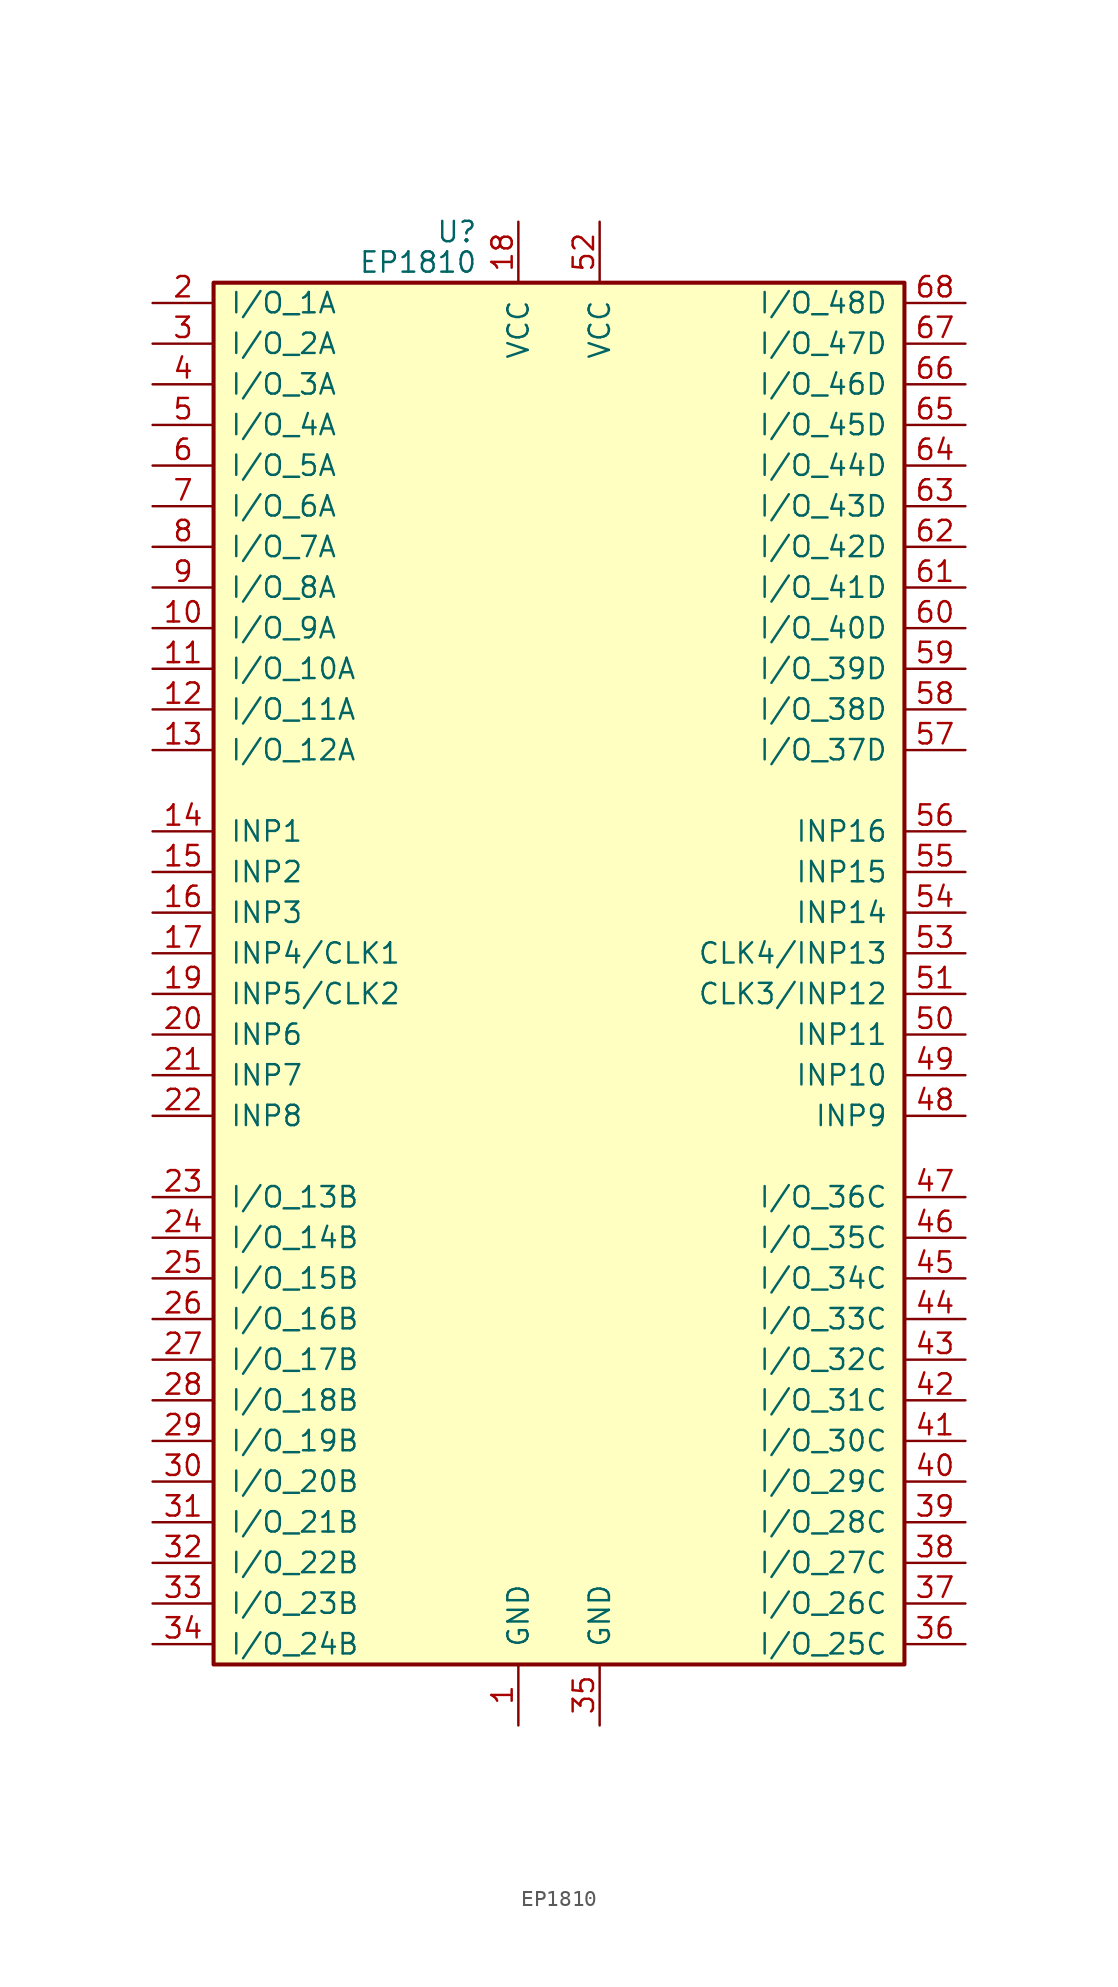
<source format=kicad_sym>
(kicad_symbol_lib
  (version 20241209)
  (generator "kicad_symbol_editor")
  (generator_version "9.0")
  (symbol "EP1810"
    (pin_names
      (offset 1.016))
    (property "Reference" "U"
      (at -5.08 47.625 0)
      (effects (font (size 1.27 1.27)) (justify right)))
    (property "Value" "EP1810"
      (at -5.08 45.72 0)
      (effects (font (size 1.27 1.27)) (justify right)))
    (symbol "EP1810_0_1"
      (rectangle (start -21.59 -41.91) (end 21.59 44.45) (stroke (width 0.254) (type default)) (fill (type background))))
    (symbol "EP1810_1_1"
      (pin input line (at -25.4 43.18 0) (length 3.81) (name "I/O_1A" (effects (font (size 1.27 1.27)))) (number "2" (effects (font (size 1.27 1.27)))))
      (pin input line (at -25.4 40.64 0) (length 3.81) (name "I/O_2A" (effects (font (size 1.27 1.27)))) (number "3" (effects (font (size 1.27 1.27)))))
      (pin input line (at -25.4 38.1 0) (length 3.81) (name "I/O_3A" (effects (font (size 1.27 1.27)))) (number "4" (effects (font (size 1.27 1.27)))))
      (pin input line (at -25.4 35.56 0) (length 3.81) (name "I/O_4A" (effects (font (size 1.27 1.27)))) (number "5" (effects (font (size 1.27 1.27)))))
      (pin input line (at -25.4 33.02 0) (length 3.81) (name "I/O_5A" (effects (font (size 1.27 1.27)))) (number "6" (effects (font (size 1.27 1.27)))))
      (pin input line (at -25.4 30.48 0) (length 3.81) (name "I/O_6A" (effects (font (size 1.27 1.27)))) (number "7" (effects (font (size 1.27 1.27)))))
      (pin input line (at -25.4 27.94 0) (length 3.81) (name "I/O_7A" (effects (font (size 1.27 1.27)))) (number "8" (effects (font (size 1.27 1.27)))))
      (pin input line (at -25.4 25.4 0) (length 3.81) (name "I/O_8A" (effects (font (size 1.27 1.27)))) (number "9" (effects (font (size 1.27 1.27)))))
      (pin input line (at -25.4 22.86 0) (length 3.81) (name "I/O_9A" (effects (font (size 1.27 1.27)))) (number "10" (effects (font (size 1.27 1.27)))))
      (pin input line (at -25.4 20.32 0) (length 3.81) (name "I/O_10A" (effects (font (size 1.27 1.27)))) (number "11" (effects (font (size 1.27 1.27)))))
      (pin input line (at -25.4 17.78 0) (length 3.81) (name "I/O_11A" (effects (font (size 1.27 1.27)))) (number "12" (effects (font (size 1.27 1.27)))))
      (pin input line (at -25.4 15.24 0) (length 3.81) (name "I/O_12A" (effects (font (size 1.27 1.27)))) (number "13" (effects (font (size 1.27 1.27)))))
      (pin input line (at -25.4 10.16 0) (length 3.81) (name "INP1" (effects (font (size 1.27 1.27)))) (number "14" (effects (font (size 1.27 1.27)))))
      (pin input line (at -25.4 7.62 0) (length 3.81) (name "INP2" (effects (font (size 1.27 1.27)))) (number "15" (effects (font (size 1.27 1.27)))))
      (pin input line (at -25.4 5.08 0) (length 3.81) (name "INP3" (effects (font (size 1.27 1.27)))) (number "16" (effects (font (size 1.27 1.27)))))
      (pin input line (at -25.4 2.54 0) (length 3.81) (name "INP4/CLK1" (effects (font (size 1.27 1.27)))) (number "17" (effects (font (size 1.27 1.27)))))
      (pin input line (at -25.4 0 0) (length 3.81) (name "INP5/CLK2" (effects (font (size 1.27 1.27)))) (number "19" (effects (font (size 1.27 1.27)))))
      (pin input line (at -25.4 -2.54 0) (length 3.81) (name "INP6" (effects (font (size 1.27 1.27)))) (number "20" (effects (font (size 1.27 1.27)))))
      (pin input line (at -25.4 -5.08 0) (length 3.81) (name "INP7" (effects (font (size 1.27 1.27)))) (number "21" (effects (font (size 1.27 1.27)))))
      (pin input line (at -25.4 -7.62 0) (length 3.81) (name "INP8" (effects (font (size 1.27 1.27)))) (number "22" (effects (font (size 1.27 1.27)))))
      (pin input line (at -25.4 -12.7 0) (length 3.81) (name "I/O_13B" (effects (font (size 1.27 1.27)))) (number "23" (effects (font (size 1.27 1.27)))))
      (pin input line (at -25.4 -15.24 0) (length 3.81) (name "I/O_14B" (effects (font (size 1.27 1.27)))) (number "24" (effects (font (size 1.27 1.27)))))
      (pin input line (at -25.4 -17.78 0) (length 3.81) (name "I/O_15B" (effects (font (size 1.27 1.27)))) (number "25" (effects (font (size 1.27 1.27)))))
      (pin input line (at -25.4 -20.32 0) (length 3.81) (name "I/O_16B" (effects (font (size 1.27 1.27)))) (number "26" (effects (font (size 1.27 1.27)))))
      (pin input line (at -25.4 -22.86 0) (length 3.81) (name "I/O_17B" (effects (font (size 1.27 1.27)))) (number "27" (effects (font (size 1.27 1.27)))))
      (pin input line (at -25.4 -25.4 0) (length 3.81) (name "I/O_18B" (effects (font (size 1.27 1.27)))) (number "28" (effects (font (size 1.27 1.27)))))
      (pin input line (at -25.4 -27.94 0) (length 3.81) (name "I/O_19B" (effects (font (size 1.27 1.27)))) (number "29" (effects (font (size 1.27 1.27)))))
      (pin input line (at -25.4 -30.48 0) (length 3.81) (name "I/O_20B" (effects (font (size 1.27 1.27)))) (number "30" (effects (font (size 1.27 1.27)))))
      (pin input line (at -25.4 -33.02 0) (length 3.81) (name "I/O_21B" (effects (font (size 1.27 1.27)))) (number "31" (effects (font (size 1.27 1.27)))))
      (pin input line (at -25.4 -35.56 0) (length 3.81) (name "I/O_22B" (effects (font (size 1.27 1.27)))) (number "32" (effects (font (size 1.27 1.27)))))
      (pin input line (at -25.4 -38.1 0) (length 3.81) (name "I/O_23B" (effects (font (size 1.27 1.27)))) (number "33" (effects (font (size 1.27 1.27)))))
      (pin input line (at -25.4 -40.64 0) (length 3.81) (name "I/O_24B" (effects (font (size 1.27 1.27)))) (number "34" (effects (font (size 1.27 1.27)))))
      (pin power_in line (at -2.54 48.26 270) (length 3.81) (name "VCC" (effects (font (size 1.27 1.27)))) (number "18" (effects (font (size 1.27 1.27)))))
      (pin power_in line (at -2.54 -45.72 90) (length 3.81) (name "GND" (effects (font (size 1.27 1.27)))) (number "1" (effects (font (size 1.27 1.27)))))
      (pin power_in line (at 2.54 48.26 270) (length 3.81) (name "VCC" (effects (font (size 1.27 1.27)))) (number "52" (effects (font (size 1.27 1.27)))))
      (pin power_in line (at 2.54 -45.72 90) (length 3.81) (name "GND" (effects (font (size 1.27 1.27)))) (number "35" (effects (font (size 1.27 1.27)))))
      (pin input line (at 25.4 43.18 180) (length 3.81) (name "I/O_48D" (effects (font (size 1.27 1.27)))) (number "68" (effects (font (size 1.27 1.27)))))
      (pin input line (at 25.4 40.64 180) (length 3.81) (name "I/O_47D" (effects (font (size 1.27 1.27)))) (number "67" (effects (font (size 1.27 1.27)))))
      (pin input line (at 25.4 38.1 180) (length 3.81) (name "I/O_46D" (effects (font (size 1.27 1.27)))) (number "66" (effects (font (size 1.27 1.27)))))
      (pin input line (at 25.4 35.56 180) (length 3.81) (name "I/O_45D" (effects (font (size 1.27 1.27)))) (number "65" (effects (font (size 1.27 1.27)))))
      (pin input line (at 25.4 33.02 180) (length 3.81) (name "I/O_44D" (effects (font (size 1.27 1.27)))) (number "64" (effects (font (size 1.27 1.27)))))
      (pin input line (at 25.4 30.48 180) (length 3.81) (name "I/O_43D" (effects (font (size 1.27 1.27)))) (number "63" (effects (font (size 1.27 1.27)))))
      (pin input line (at 25.4 27.94 180) (length 3.81) (name "I/O_42D" (effects (font (size 1.27 1.27)))) (number "62" (effects (font (size 1.27 1.27)))))
      (pin input line (at 25.4 25.4 180) (length 3.81) (name "I/O_41D" (effects (font (size 1.27 1.27)))) (number "61" (effects (font (size 1.27 1.27)))))
      (pin input line (at 25.4 22.86 180) (length 3.81) (name "I/O_40D" (effects (font (size 1.27 1.27)))) (number "60" (effects (font (size 1.27 1.27)))))
      (pin input line (at 25.4 20.32 180) (length 3.81) (name "I/O_39D" (effects (font (size 1.27 1.27)))) (number "59" (effects (font (size 1.27 1.27)))))
      (pin input line (at 25.4 17.78 180) (length 3.81) (name "I/O_38D" (effects (font (size 1.27 1.27)))) (number "58" (effects (font (size 1.27 1.27)))))
      (pin input line (at 25.4 15.24 180) (length 3.81) (name "I/O_37D" (effects (font (size 1.27 1.27)))) (number "57" (effects (font (size 1.27 1.27)))))
      (pin input line (at 25.4 10.16 180) (length 3.81) (name "INP16" (effects (font (size 1.27 1.27)))) (number "56" (effects (font (size 1.27 1.27)))))
      (pin input line (at 25.4 7.62 180) (length 3.81) (name "INP15" (effects (font (size 1.27 1.27)))) (number "55" (effects (font (size 1.27 1.27)))))
      (pin input line (at 25.4 5.08 180) (length 3.81) (name "INP14" (effects (font (size 1.27 1.27)))) (number "54" (effects (font (size 1.27 1.27)))))
      (pin input line (at 25.4 2.54 180) (length 3.81) (name "CLK4/INP13" (effects (font (size 1.27 1.27)))) (number "53" (effects (font (size 1.27 1.27)))))
      (pin input line (at 25.4 0 180) (length 3.81) (name "CLK3/INP12" (effects (font (size 1.27 1.27)))) (number "51" (effects (font (size 1.27 1.27)))))
      (pin input line (at 25.4 -2.54 180) (length 3.81) (name "INP11" (effects (font (size 1.27 1.27)))) (number "50" (effects (font (size 1.27 1.27)))))
      (pin input line (at 25.4 -5.08 180) (length 3.81) (name "INP10" (effects (font (size 1.27 1.27)))) (number "49" (effects (font (size 1.27 1.27)))))
      (pin input line (at 25.4 -7.62 180) (length 3.81) (name "INP9" (effects (font (size 1.27 1.27)))) (number "48" (effects (font (size 1.27 1.27)))))
      (pin input line (at 25.4 -12.7 180) (length 3.81) (name "I/O_36C" (effects (font (size 1.27 1.27)))) (number "47" (effects (font (size 1.27 1.27)))))
      (pin input line (at 25.4 -15.24 180) (length 3.81) (name "I/O_35C" (effects (font (size 1.27 1.27)))) (number "46" (effects (font (size 1.27 1.27)))))
      (pin input line (at 25.4 -17.78 180) (length 3.81) (name "I/O_34C" (effects (font (size 1.27 1.27)))) (number "45" (effects (font (size 1.27 1.27)))))
      (pin input line (at 25.4 -20.32 180) (length 3.81) (name "I/O_33C" (effects (font (size 1.27 1.27)))) (number "44" (effects (font (size 1.27 1.27)))))
      (pin input line (at 25.4 -22.86 180) (length 3.81) (name "I/O_32C" (effects (font (size 1.27 1.27)))) (number "43" (effects (font (size 1.27 1.27)))))
      (pin input line (at 25.4 -25.4 180) (length 3.81) (name "I/O_31C" (effects (font (size 1.27 1.27)))) (number "42" (effects (font (size 1.27 1.27)))))
      (pin input line (at 25.4 -27.94 180) (length 3.81) (name "I/O_30C" (effects (font (size 1.27 1.27)))) (number "41" (effects (font (size 1.27 1.27)))))
      (pin input line (at 25.4 -30.48 180) (length 3.81) (name "I/O_29C" (effects (font (size 1.27 1.27)))) (number "40" (effects (font (size 1.27 1.27)))))
      (pin input line (at 25.4 -33.02 180) (length 3.81) (name "I/O_28C" (effects (font (size 1.27 1.27)))) (number "39" (effects (font (size 1.27 1.27)))))
      (pin input line (at 25.4 -35.56 180) (length 3.81) (name "I/O_27C" (effects (font (size 1.27 1.27)))) (number "38" (effects (font (size 1.27 1.27)))))
      (pin input line (at 25.4 -38.1 180) (length 3.81) (name "I/O_26C" (effects (font (size 1.27 1.27)))) (number "37" (effects (font (size 1.27 1.27)))))
      (pin input line (at 25.4 -40.64 180) (length 3.81) (name "I/O_25C" (effects (font (size 1.27 1.27)))) (number "36" (effects (font (size 1.27 1.27))))))))
</source>
